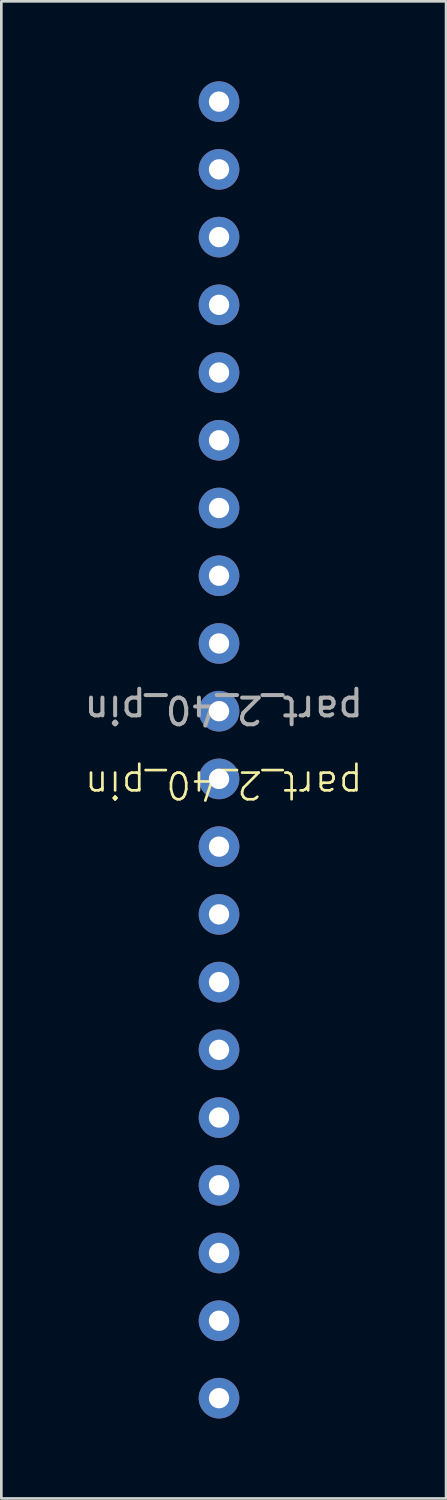
<source format=kicad_pcb>
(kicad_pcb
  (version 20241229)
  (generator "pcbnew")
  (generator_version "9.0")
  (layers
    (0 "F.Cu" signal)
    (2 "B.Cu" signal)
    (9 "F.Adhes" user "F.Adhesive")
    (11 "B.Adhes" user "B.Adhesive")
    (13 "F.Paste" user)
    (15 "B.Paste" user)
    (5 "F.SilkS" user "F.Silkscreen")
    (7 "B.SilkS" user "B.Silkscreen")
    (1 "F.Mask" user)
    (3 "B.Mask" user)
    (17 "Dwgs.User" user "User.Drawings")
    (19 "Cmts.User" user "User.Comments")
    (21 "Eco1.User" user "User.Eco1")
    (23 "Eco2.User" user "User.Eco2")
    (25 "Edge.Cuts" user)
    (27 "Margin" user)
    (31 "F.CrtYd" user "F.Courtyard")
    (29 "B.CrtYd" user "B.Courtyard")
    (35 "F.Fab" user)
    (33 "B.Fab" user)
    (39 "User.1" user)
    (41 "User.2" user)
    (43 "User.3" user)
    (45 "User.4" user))
  (footprint "part_2_40_pin"
    (layer "F.Cu")
    (at 4.989 22.886)
    (property "Reference" "part_2_40_pin" (at 0.35 3.496 180) (unlocked yes) (layer "F.SilkS") (effects (font (size 1 1) (thickness 0.1))))
    (attr smd)
    (fp_text user "${REFERENCE}" (at 0.35 0.681 180) (unlocked yes) (layer "F.Fab") (effects (font (size 1 1) (thickness 0.15))))
    (pad "1" thru_hole circle (at 0.175 26.5 180) (size 1.524 1.524) (drill 0.762) (layers "*.Cu" "*.Mask"))
    (pad "2" thru_hole circle (at 0.175 23.596 180) (size 1.524 1.524) (drill 0.762) (layers "*.Cu" "*.Mask"))
    (pad "3" thru_hole circle (at 0.175 21.056 180) (size 1.524 1.524) (drill 0.762) (layers "*.Cu" "*.Mask"))
    (pad "4" thru_hole circle (at 0.175 18.516 180) (size 1.524 1.524) (drill 0.762) (layers "*.Cu" "*.Mask"))
    (pad "5" thru_hole circle (at 0.175 15.976 180) (size 1.524 1.524) (drill 0.762) (layers "*.Cu" "*.Mask"))
    (pad "6" thru_hole circle (at 0.175 13.436 180) (size 1.524 1.524) (drill 0.762) (layers "*.Cu" "*.Mask"))
    (pad "7" thru_hole circle (at 0.175 10.896 180) (size 1.524 1.524) (drill 0.762) (layers "*.Cu" "*.Mask"))
    (pad "8" thru_hole circle (at 0.175 8.356 180) (size 1.524 1.524) (drill 0.762) (layers "*.Cu" "*.Mask"))
    (pad "9" thru_hole circle (at 0.175 5.816 180) (size 1.524 1.524) (drill 0.762) (layers "*.Cu" "*.Mask"))
    (pad "10" thru_hole circle (at 0.175 3.276 180) (size 1.524 1.524) (drill 0.762) (layers "*.Cu" "*.Mask"))
    (pad "11" thru_hole circle (at 0.175 0.736 180) (size 1.524 1.524) (drill 0.762) (layers "*.Cu" "*.Mask"))
    (pad "12" thru_hole circle (at 0.175 -1.804 180) (size 1.524 1.524) (drill 0.762) (layers "*.Cu" "*.Mask"))
    (pad "13" thru_hole circle (at 0.175 -4.344 180) (size 1.524 1.524) (drill 0.762) (layers "*.Cu" "*.Mask"))
    (pad "14" thru_hole circle (at 0.175 -6.884 180) (size 1.524 1.524) (drill 0.762) (layers "*.Cu" "*.Mask"))
    (pad "15" thru_hole circle (at 0.175 -9.424 180) (size 1.524 1.524) (drill 0.762) (layers "*.Cu" "*.Mask"))
    (pad "16" thru_hole circle (at 0.175 -11.964 180) (size 1.524 1.524) (drill 0.762) (layers "*.Cu" "*.Mask"))
    (pad "17" thru_hole circle (at 0.175 -14.504 180) (size 1.524 1.524) (drill 0.762) (layers "*.Cu" "*.Mask"))
    (pad "18" thru_hole circle (at 0.175 -17.044 180) (size 1.524 1.524) (drill 0.762) (layers "*.Cu" "*.Mask"))
    (pad "19" thru_hole circle (at 0.175 -19.584 180) (size 1.524 1.524) (drill 0.762) (layers "*.Cu" "*.Mask"))
    (pad "20" thru_hole circle (at 0.175 -22.124 180) (size 1.524 1.524) (drill 0.762) (layers "*.Cu" "*.Mask")))
  (gr_rect
    (start -3 -3)
    (end 13.679 53.148)
    (stroke (width 0.1) (type default))
    (fill no)
    (layer "Edge.Cuts")))
</source>
